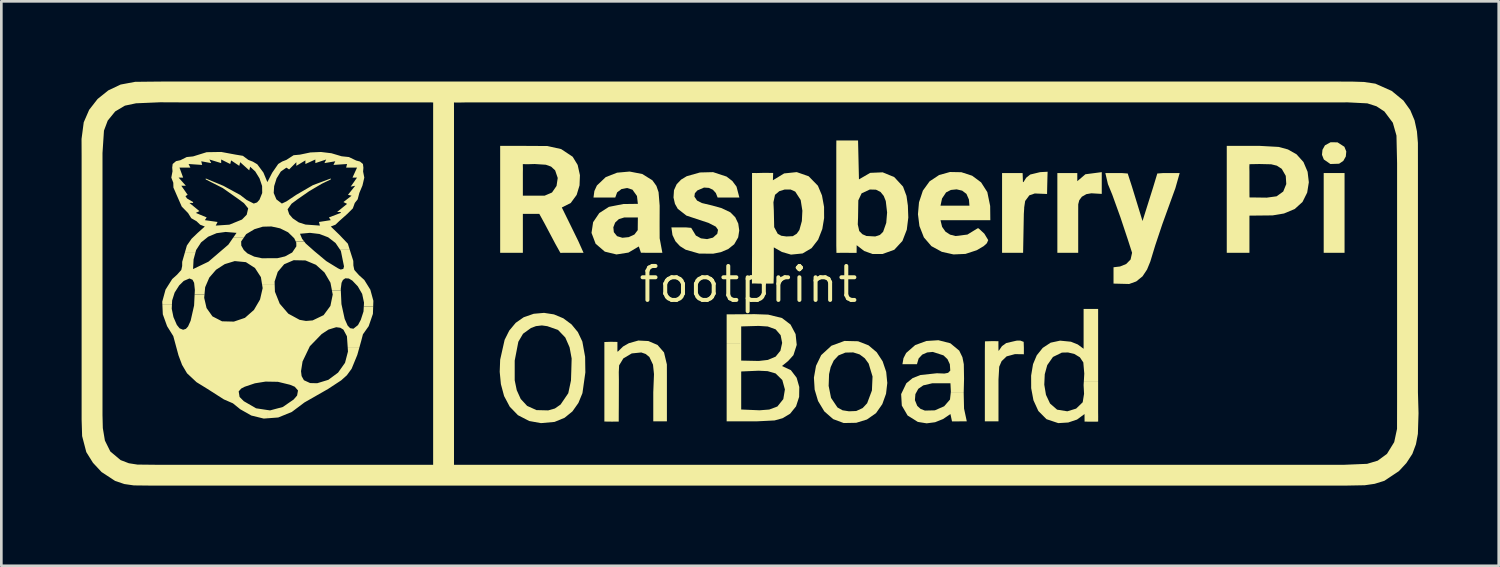
<source format=kicad_pcb>
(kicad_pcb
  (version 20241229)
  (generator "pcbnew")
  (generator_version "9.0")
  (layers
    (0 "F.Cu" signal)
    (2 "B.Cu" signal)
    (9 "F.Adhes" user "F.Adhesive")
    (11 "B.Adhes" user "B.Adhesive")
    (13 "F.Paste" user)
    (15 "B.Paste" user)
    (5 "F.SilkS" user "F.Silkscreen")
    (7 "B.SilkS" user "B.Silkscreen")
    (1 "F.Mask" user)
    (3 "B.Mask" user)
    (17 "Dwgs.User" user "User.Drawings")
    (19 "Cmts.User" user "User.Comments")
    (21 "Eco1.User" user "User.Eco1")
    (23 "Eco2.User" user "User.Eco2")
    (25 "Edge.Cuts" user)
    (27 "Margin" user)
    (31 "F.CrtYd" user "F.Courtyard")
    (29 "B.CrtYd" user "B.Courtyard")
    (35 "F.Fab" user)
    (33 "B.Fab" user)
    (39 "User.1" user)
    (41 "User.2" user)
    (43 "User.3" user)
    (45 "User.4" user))
  (footprint "footprint"
    (layer "F.Cu")
    (at 24.947 7.589)
    (property "Reference" "footprint" (at 0 0 0) (layer "F.SilkS") (effects (font (size 1.27 1.27) (thickness 0.15))))
    (fp_poly (pts (xy 22.297 -1.183) (xy 21.517 -1.183) (xy 21.517 -4.166) (xy 22.297 -4.166)) (stroke (width 0) (type solid)) (fill yes) (layer "F.SilkS"))
    (fp_poly (pts (xy 22.033 -5.315) (xy 22.291 -5.149) (xy 22.362 -4.973) (xy 22.344 -4.786) (xy 22.251 -4.621) (xy 22.093 -4.515) (xy 21.767 -4.504) (xy 21.522 -4.674) (xy 21.453 -4.849) (xy 21.471 -5.037) (xy 21.564 -5.203) (xy 21.775 -5.318)) (stroke (width 0) (type solid)) (fill yes) (layer "F.SilkS"))
    (fp_poly (pts (xy 13.215 -3.386) (xy 12.827 -3.409) (xy 12.639 -3.377) (xy 12.469 -3.279) (xy 12.373 -3.147) (xy 12.335 -2.998) (xy 12.334 -2.675) (xy 12.334 -1.183) (xy 11.554 -1.183) (xy 11.554 -4.166) (xy 12.3 -4.166) (xy 12.3 -3.862) (xy 12.604 -4.121) (xy 13.215 -4.2)) (stroke (width 0) (type solid)) (fill yes) (layer "F.SilkS"))
    (fp_poly (pts (xy 10.294 2.148) (xy 10.302 2.372) (xy 10.301 2.612) (xy 9.969 2.607) (xy 9.657 2.691) (xy 9.469 2.871) (xy 9.38 3.077) (xy 9.352 3.561) (xy 9.352 5.12) (xy 8.842 5.12) (xy 8.842 2.476) (xy 8.846 2.129) (xy 9.082 2.122) (xy 9.35 2.123) (xy 9.35 2.322) (xy 9.352 2.476) (xy 9.366 2.478) (xy 9.482 2.309) (xy 9.642 2.193) (xy 10.029 2.103) (xy 10.164 2.1)) (stroke (width 0) (type solid)) (fill yes) (layer "F.SilkS"))
    (fp_poly (pts (xy 11.185 -4.08) (xy 11.182 -3.962) (xy 11.175 -3.676) (xy 11.169 -3.383) (xy 10.71 -3.402) (xy 10.507 -3.333) (xy 10.35 -3.121) (xy 10.319 -2.917) (xy 10.319 -2.917) (xy 10.313 -2.875) (xy 10.313 -2.836) (xy 10.3 -2.635) (xy 10.273 -1.183) (xy 9.486 -1.183) (xy 9.486 -4.166) (xy 10.029 -4.166) (xy 10.255 -4.164) (xy 10.267 -3.827) (xy 10.286 -3.828) (xy 10.392 -3.994) (xy 10.541 -4.111) (xy 10.91 -4.2) (xy 11.19 -4.215)) (stroke (width 0) (type solid)) (fill yes) (layer "F.SilkS"))
    (fp_poly (pts (xy 14.186 -4.149) (xy 14.345 -3.658) (xy 14.74 -2.371) (xy 15.134 -3.624) (xy 15.293 -4.149) (xy 15.519 -4.166) (xy 16.13 -4.166) (xy 15.969 -3.6) (xy 15.768 -3.047) (xy 15.481 -2.254) (xy 15.214 -1.455) (xy 15.031 -0.854) (xy 14.909 -0.557) (xy 14.74 -0.302) (xy 14.504 -0.111) (xy 14.239 -0.016) (xy 13.655 -0.031) (xy 13.655 -0.642) (xy 13.9 -0.671) (xy 14.128 -0.764) (xy 14.293 -0.931) (xy 14.349 -1.184) (xy 14.197 -1.658) (xy 13.914 -2.509) (xy 13.61 -3.352) (xy 13.446 -3.752) (xy 13.349 -4.166) (xy 13.96 -4.166)) (stroke (width 0) (type solid)) (fill yes) (layer "F.SilkS"))
    (fp_poly (pts (xy -3.744 2.118) (xy -3.402 2.264) (xy -3.159 2.544) (xy -3.052 2.993) (xy -3.051 3.459) (xy -3.051 5.12) (xy -3.561 5.12) (xy -3.561 4.035) (xy -3.534 3.356) (xy -3.571 3.002) (xy -3.707 2.714) (xy -3.847 2.601) (xy -4.01 2.545) (xy -4.366 2.581) (xy -4.68 2.767) (xy -4.838 3.027) (xy -4.851 3.282) (xy -4.847 3.561) (xy -4.85 4.57) (xy -4.852 4.82) (xy -4.853 5.132) (xy -4.949 5.13) (xy -5.098 5.133) (xy -5.39 5.129) (xy -5.39 2.476) (xy -5.39 2.155) (xy -5.151 2.146) (xy -4.902 2.151) (xy -4.902 2.333) (xy -4.903 2.511) (xy -4.877 2.506) (xy -4.692 2.323) (xy -4.475 2.199) (xy -4.12 2.099)) (stroke (width 0) (type solid)) (fill yes) (layer "F.SilkS"))
    (fp_poly (pts (xy 19.836 -5.143) (xy 20.179 -5.049) (xy 20.501 -4.867) (xy 20.761 -4.577) (xy 20.915 -4.213) (xy 20.961 -3.822) (xy 20.899 -3.435) (xy 20.724 -3.085) (xy 20.433 -2.821) (xy 20.032 -2.653) (xy 19.606 -2.582) (xy 18.739 -2.573) (xy 18.739 -1.183) (xy 17.891 -1.183) (xy 17.891 -3.932) (xy 18.739 -3.932) (xy 18.739 -3.556) (xy 18.741 -3.254) (xy 18.873 -3.253) (xy 19.009 -3.251) (xy 19.386 -3.246) (xy 19.755 -3.296) (xy 20.003 -3.474) (xy 20.117 -3.754) (xy 20.098 -4.061) (xy 19.947 -4.324) (xy 19.765 -4.442) (xy 19.552 -4.494) (xy 19.111 -4.504) (xy 18.74 -4.497) (xy 18.735 -4.385) (xy 18.739 -4.234) (xy 18.739 -3.932) (xy 17.891 -3.932) (xy 17.891 -5.183) (xy 19.111 -5.183)) (stroke (width 0) (type solid)) (fill yes) (layer "F.SilkS"))
    (fp_poly (pts (xy -7.524 -5.177) (xy -7.008 -5.063) (xy -6.576 -4.776) (xy -6.389 -4.469) (xy -6.304 -4.086) (xy -6.319 -3.704) (xy -6.427 -3.348) (xy -6.649 -3.045) (xy -6.982 -2.878) (xy -6.649 -2.201) (xy -6.367 -1.624) (xy -6.169 -1.183) (xy -6.779 -1.183) (xy -7.036 -1.181) (xy -7.226 -1.522) (xy -7.621 -2.268) (xy -7.824 -2.639) (xy -8.439 -2.64) (xy -8.439 -1.183) (xy -9.288 -1.183) (xy -9.288 -4.003) (xy -8.439 -4.003) (xy -8.439 -3.319) (xy -7.627 -3.319) (xy -7.349 -3.438) (xy -7.179 -3.684) (xy -7.135 -3.982) (xy -7.232 -4.267) (xy -7.384 -4.407) (xy -7.579 -4.477) (xy -7.999 -4.504) (xy -8.23 -4.497) (xy -8.441 -4.499) (xy -8.437 -4.32) (xy -8.439 -4.166) (xy -8.439 -4.003) (xy -9.288 -4.003) (xy -9.288 -4.844) (xy -9.288 -5.167) (xy -9.287 -5.182) (xy -9.185 -5.182) (xy -9.084 -5.183) (xy -8.575 -5.183)) (stroke (width 0) (type solid)) (fill yes) (layer "F.SilkS"))
    (fp_poly (pts (xy 4.133 -3.929) (xy 4.553 -4.173) (xy 5.02 -4.193) (xy 5.454 -4.014) (xy 5.782 -3.658) (xy 5.911 -3.311) (xy 5.963 -2.946) (xy 5.97 -2.732) (xy 5.181 -2.732) (xy 5.136 -3.119) (xy 5.06 -3.31) (xy 4.94 -3.458) (xy 4.769 -3.544) (xy 4.539 -3.55) (xy 4.232 -3.407) (xy 4.109 -3.144) (xy 4.099 -2.505) (xy 4.089 -2.244) (xy 4.144 -1.997) (xy 4.263 -1.877) (xy 4.411 -1.812) (xy 4.742 -1.794) (xy 4.918 -1.852) (xy 5.037 -1.969) (xy 5.154 -2.302) (xy 5.186 -2.693) (xy 5.181 -2.732) (xy 5.97 -2.732) (xy 5.979 -2.503) (xy 5.922 -2.046) (xy 5.759 -1.626) (xy 5.454 -1.296) (xy 5.014 -1.138) (xy 4.641 -1.138) (xy 4.329 -1.25) (xy 4.047 -1.467) (xy 4.045 -1.18) (xy 3.489 -1.183) (xy 3.291 -1.179) (xy 3.285 -1.455) (xy 3.285 -5.115) (xy 3.287 -5.384) (xy 3.556 -5.386) (xy 4.099 -5.386)) (stroke (width 0) (type solid)) (fill yes) (layer "F.SilkS"))
    (fp_poly (pts (xy 7.965 -4.197) (xy 8.367 -4.066) (xy 8.701 -3.818) (xy 8.934 -3.454) (xy 9.041 -2.935) (xy 9.047 -2.403) (xy 7.762 -2.403) (xy 7.762 -2.946) (xy 8.266 -2.946) (xy 8.246 -3.176) (xy 8.154 -3.386) (xy 7.993 -3.508) (xy 7.786 -3.556) (xy 7.572 -3.534) (xy 7.392 -3.442) (xy 7.241 -3.215) (xy 7.183 -2.946) (xy 7.762 -2.946) (xy 7.762 -2.403) (xy 7.183 -2.403) (xy 7.243 -2.154) (xy 7.368 -1.975) (xy 7.542 -1.862) (xy 7.748 -1.81) (xy 8.19 -1.865) (xy 8.572 -2.099) (xy 8.606 -2.099) (xy 8.823 -1.898) (xy 8.968 -1.658) (xy 8.917 -1.54) (xy 8.797 -1.431) (xy 8.538 -1.279) (xy 8.117 -1.141) (xy 7.669 -1.122) (xy 7.233 -1.219) (xy 6.843 -1.432) (xy 6.562 -1.758) (xy 6.395 -2.184) (xy 6.34 -2.626) (xy 6.379 -3.071) (xy 6.524 -3.509) (xy 6.775 -3.856) (xy 7.131 -4.092) (xy 7.538 -4.205)) (stroke (width 0) (type solid)) (fill yes) (layer "F.SilkS"))
    (fp_poly (pts (xy 4.099 2.126) (xy 4.49 2.278) (xy 4.797 2.537) (xy 5.019 2.877) (xy 5.152 3.272) (xy 5.186 3.622) (xy 4.633 3.622) (xy 4.641 3.444) (xy 4.495 2.96) (xy 4.351 2.763) (xy 4.159 2.619) (xy 3.917 2.543) (xy 3.624 2.55) (xy 3.368 2.655) (xy 3.189 2.847) (xy 3.075 3.092) (xy 3.015 3.357) (xy 2.999 3.796) (xy 3.089 4.245) (xy 3.329 4.602) (xy 3.518 4.708) (xy 3.76 4.746) (xy 4.031 4.735) (xy 4.271 4.625) (xy 4.439 4.445) (xy 4.618 3.967) (xy 4.633 3.622) (xy 5.186 3.622) (xy 5.193 3.681) (xy 5.192 3.693) (xy 5.146 4.09) (xy 5.006 4.479) (xy 4.771 4.815) (xy 4.43 5.053) (xy 4.031 5.176) (xy 3.562 5.185) (xy 3.167 5.038) (xy 2.837 4.749) (xy 2.603 4.361) (xy 2.476 3.935) (xy 2.448 3.487) (xy 2.527 3.044) (xy 2.72 2.645) (xy 3.103 2.293) (xy 3.59 2.114)) (stroke (width 0) (type solid)) (fill yes) (layer "F.SilkS"))
    (fp_poly (pts (xy 13.079 3.623) (xy 12.545 3.623) (xy 12.561 3.335) (xy 12.525 2.917) (xy 12.395 2.725) (xy 12.191 2.602) (xy 11.954 2.545) (xy 11.724 2.55) (xy 11.39 2.713) (xy 11.176 3.019) (xy 11.083 3.359) (xy 11.065 3.75) (xy 11.128 4.129) (xy 11.281 4.455) (xy 11.545 4.685) (xy 11.927 4.746) (xy 12.257 4.645) (xy 12.502 4.408) (xy 12.553 4.093) (xy 12.536 3.764) (xy 12.545 3.624) (xy 13.079 3.624) (xy 13.079 4.781) (xy 13.081 4.934) (xy 13.08 5.132) (xy 12.825 5.135) (xy 12.572 5.131) (xy 12.57 4.849) (xy 12.29 5.055) (xy 11.961 5.165) (xy 11.588 5.188) (xy 11.148 5.041) (xy 10.843 4.734) (xy 10.66 4.334) (xy 10.575 3.881) (xy 10.573 3.41) (xy 10.644 2.984) (xy 10.783 2.653) (xy 11.007 2.374) (xy 11.303 2.179) (xy 11.656 2.103) (xy 12.062 2.143) (xy 12.316 2.245) (xy 12.536 2.407) (xy 12.536 0.917) (xy 13.079 0.917)) (stroke (width 0) (type solid)) (fill yes) (layer "F.SilkS"))
    (fp_poly (pts (xy -3.972 -4.13) (xy -3.594 -3.895) (xy -3.444 -3.687) (xy -3.363 -3.451) (xy -3.322 -2.946) (xy -3.324 -2.336) (xy -3.324 -2.167) (xy -4.141 -2.167) (xy -4.137 -2.505) (xy -4.644 -2.505) (xy -4.848 -2.443) (xy -4.987 -2.313) (xy -5.055 -2.137) (xy -5.036 -1.954) (xy -4.915 -1.805) (xy -4.716 -1.745) (xy -4.479 -1.769) (xy -4.266 -1.867) (xy -4.142 -2.031) (xy -4.141 -2.167) (xy -3.324 -2.167) (xy -3.322 -1.726) (xy -3.221 -1.183) (xy -3.797 -1.183) (xy -4.022 -1.186) (xy -4.102 -1.42) (xy -4.489 -1.191) (xy -4.938 -1.121) (xy -5.373 -1.226) (xy -5.718 -1.522) (xy -5.871 -1.928) (xy -5.811 -2.328) (xy -5.581 -2.669) (xy -5.221 -2.901) (xy -4.685 -3.007) (xy -4.137 -3.014) (xy -4.171 -3.308) (xy -4.34 -3.544) (xy -4.541 -3.607) (xy -4.749 -3.567) (xy -4.913 -3.443) (xy -4.983 -3.25) (xy -5.797 -3.25) (xy -5.764 -3.493) (xy -5.67 -3.7) (xy -5.34 -4.013) (xy -4.915 -4.18) (xy -4.445 -4.222)) (stroke (width 0) (type solid)) (fill yes) (layer "F.SilkS"))
    (fp_poly (pts (xy 0.739 1.13) (xy 1.252 1.256) (xy 1.573 1.5) (xy 1.763 1.858) (xy 1.805 2.262) (xy 1.682 2.646) (xy 1.483 2.866) (xy 1.253 3.052) (xy 1.586 3.207) (xy 1.802 3.491) (xy 1.901 3.838) (xy 1.895 4.207) (xy 1.78 4.561) (xy 1.557 4.837) (xy 1.275 5.005) (xy 0.976 5.088) (xy 0.337 5.12) (xy -0.816 5.12) (xy -0.816 3.975) (xy -0.272 3.975) (xy -0.272 4.679) (xy 0.417 4.708) (xy 0.778 4.68) (xy 1.082 4.566) (xy 1.303 4.29) (xy 1.363 3.929) (xy 1.266 3.577) (xy 1.015 3.33) (xy 0.718 3.244) (xy 0.378 3.228) (xy -0.272 3.256) (xy -0.272 3.975) (xy -0.816 3.975) (xy -0.816 2.21) (xy -0.272 2.21) (xy -0.272 2.849) (xy 0.385 2.863) (xy 0.724 2.824) (xy 1.015 2.702) (xy 1.195 2.48) (xy 1.26 2.188) (xy 1.203 1.898) (xy 1.015 1.68) (xy 0.722 1.574) (xy 0.382 1.552) (xy -0.272 1.571) (xy -0.272 2.21) (xy -0.816 2.208) (xy -0.816 1.12) (xy 0.235 1.112)) (stroke (width 0) (type solid)) (fill yes) (layer "F.SilkS"))
    (fp_poly (pts (xy -7.276 1.121) (xy -6.924 1.268) (xy -6.618 1.496) (xy -6.38 1.786) (xy -6.214 2.137) (xy -6.11 2.708) (xy -6.103 3.198) (xy -6.626 3.198) (xy -6.614 2.771) (xy -6.691 2.354) (xy -6.851 1.987) (xy -7.124 1.702) (xy -7.525 1.562) (xy -7.728 1.534) (xy -7.948 1.56) (xy -8.135 1.63) (xy -8.432 1.845) (xy -8.608 2.144) (xy -8.744 2.849) (xy -8.744 3.587) (xy -8.668 3.956) (xy -8.519 4.285) (xy -8.279 4.544) (xy -7.931 4.701) (xy -7.491 4.712) (xy -7.241 4.641) (xy -7.029 4.494) (xy -6.74 4.069) (xy -6.639 3.594) (xy -6.626 3.199) (xy -6.103 3.199) (xy -6.101 3.29) (xy -6.21 4.066) (xy -6.361 4.433) (xy -6.585 4.75) (xy -6.879 4.989) (xy -7.254 5.143) (xy -7.762 5.188) (xy -8.203 5.109) (xy -8.623 4.891) (xy -8.929 4.575) (xy -9.141 4.176) (xy -9.261 3.729) (xy -9.305 3.269) (xy -9.288 2.815) (xy -9.121 2.072) (xy -8.949 1.728) (xy -8.707 1.437) (xy -8.408 1.228) (xy -8.033 1.098) (xy -7.646 1.064)) (stroke (width 0) (type solid)) (fill yes) (layer "F.SilkS"))
    (fp_poly (pts (xy -0.819 -4.034) (xy -0.604 -3.869) (xy -0.447 -3.658) (xy -0.34 -3.25) (xy -1.154 -3.25) (xy -1.22 -3.419) (xy -1.331 -3.541) (xy -1.481 -3.611) (xy -1.662 -3.623) (xy -1.912 -3.515) (xy -2.005 -3.41) (xy -2.023 -3.285) (xy -1.922 -3.136) (xy -1.742 -3.044) (xy -1.357 -2.952) (xy -1.006 -2.854) (xy -0.679 -2.698) (xy -0.494 -2.512) (xy -0.382 -2.277) (xy -0.345 -2.018) (xy -0.385 -1.76) (xy -0.533 -1.502) (xy -0.761 -1.321) (xy -1.036 -1.206) (xy -1.323 -1.149) (xy -1.846 -1.154) (xy -2.349 -1.298) (xy -2.563 -1.433) (xy -2.732 -1.615) (xy -2.843 -1.847) (xy -2.883 -2.133) (xy -2.34 -2.133) (xy -2.142 -2.116) (xy -1.967 -1.828) (xy -1.776 -1.723) (xy -1.547 -1.695) (xy -1.328 -1.75) (xy -1.166 -1.896) (xy -1.139 -2.042) (xy -1.221 -2.16) (xy -1.493 -2.301) (xy -2.32 -2.574) (xy -2.644 -2.827) (xy -2.749 -3.013) (xy -2.804 -3.251) (xy -2.786 -3.524) (xy -2.687 -3.745) (xy -2.522 -3.919) (xy -2.309 -4.048) (xy -1.813 -4.188) (xy -1.323 -4.2)) (stroke (width 0) (type solid)) (fill yes) (layer "F.SilkS"))
    (fp_poly (pts (xy 2.251 -4.046) (xy 2.597 -3.692) (xy 2.75 -3.328) (xy 2.828 -2.899) (xy 2.828 -2.732) (xy 2.015 -2.732) (xy 2.017 -2.752) (xy 1.953 -3.158) (xy 1.749 -3.472) (xy 1.579 -3.549) (xy 1.354 -3.55) (xy 1.152 -3.487) (xy 0.993 -3.352) (xy 0.934 -3.073) (xy 0.948 -2.776) (xy 0.962 -2.141) (xy 1.095 -1.893) (xy 1.229 -1.82) (xy 1.422 -1.794) (xy 1.659 -1.805) (xy 1.807 -1.898) (xy 1.905 -2.037) (xy 1.997 -2.37) (xy 2.015 -2.732) (xy 2.828 -2.732) (xy 2.83 -2.482) (xy 2.762 -2.073) (xy 2.606 -1.674) (xy 2.361 -1.357) (xy 2.024 -1.158) (xy 1.591 -1.115) (xy 1.251 -1.214) (xy 0.948 -1.386) (xy 0.948 -0.438) (xy 0.945 -0.247) (xy 0.938 -0.034) (xy 0.844 -0.03) (xy 0.744 -0.031) (xy 0.396 -0.03) (xy 0.225 -0.036) (xy 0.13 -0.033) (xy 0.131 -0.606) (xy 0.133 -1.082) (xy 0.133 -3.861) (xy 0.134 -4.169) (xy 0.303 -4.166) (xy 0.606 -4.174) (xy 0.923 -4.169) (xy 0.919 -4.031) (xy 0.914 -3.896) (xy 1.334 -4.152) (xy 1.806 -4.201)) (stroke (width 0) (type solid)) (fill yes) (layer "F.SilkS"))
    (fp_poly (pts (xy 7.551 2.201) (xy 7.883 2.476) (xy 8.003 2.722) (xy 8.055 2.985) (xy 8.064 3.527) (xy 8.051 4.045) (xy 7.567 4.045) (xy 7.571 4.006) (xy 7.555 3.697) (xy 6.878 3.697) (xy 6.539 3.776) (xy 6.353 3.905) (xy 6.244 4.103) (xy 6.226 4.329) (xy 6.313 4.543) (xy 6.439 4.657) (xy 6.6 4.719) (xy 6.972 4.71) (xy 7.32 4.558) (xy 7.538 4.306) (xy 7.568 4.046) (xy 8.051 4.046) (xy 8.051 4.086) (xy 8.064 4.645) (xy 8.166 5.12) (xy 7.614 5.125) (xy 7.555 4.849) (xy 7.281 5.034) (xy 6.981 5.155) (xy 6.665 5.196) (xy 6.335 5.143) (xy 5.953 4.904) (xy 5.736 4.532) (xy 5.711 4.103) (xy 5.906 3.696) (xy 6.144 3.502) (xy 6.433 3.389) (xy 7.047 3.323) (xy 7.33 3.334) (xy 7.468 3.307) (xy 7.549 3.222) (xy 7.532 2.985) (xy 7.444 2.796) (xy 7.295 2.654) (xy 6.896 2.525) (xy 6.686 2.544) (xy 6.501 2.625) (xy 6.365 2.771) (xy 6.302 2.985) (xy 5.759 2.985) (xy 5.798 2.76) (xy 5.898 2.565) (xy 6.235 2.27) (xy 6.652 2.116) (xy 7.104 2.087)) (stroke (width 0) (type solid)) (fill yes) (layer "F.SilkS"))
    (fp_poly (pts (xy -18.976 -1.61) (xy -18.972 -1.453) (xy -18.877 -1.286) (xy -18.742 -1.161) (xy -18.488 -1.04) (xy -18.2 -0.979) (xy -17.624 -0.981) (xy -17.335 -1.048) (xy -17.067 -1.194) (xy -16.912 -1.424) (xy -16.915 -1.566) (xy -16.932 -1.602) (xy -16.615 -1.602) (xy -16.56 -1.53) (xy -16.234 -1.241) (xy -15.793 -0.873) (xy -15.353 -0.602) (xy -15.254 -0.556) (xy -15.156 -0.58) (xy -15.129 -0.674) (xy -15.15 -0.777) (xy -15.246 -1.251) (xy -15.29 -1.32) (xy -14.922 -1.32) (xy -14.782 -0.879) (xy -14.778 -0.706) (xy -14.743 -0.54) (xy -14.568 -0.345) (xy -14.37 -0.167) (xy -14.144 0.197) (xy -14.031 0.612) (xy -14.038 0.826) (xy -14.388 0.826) (xy -14.381 0.68) (xy -14.45 0.355) (xy -14.614 0.071) (xy -14.818 -0.143) (xy -14.948 -0.221) (xy -15.082 -0.229) (xy -15.17 -0.166) (xy -15.221 -0.06) (xy -15.251 0.172) (xy -15.248 0.233) (xy -15.579 0.233) (xy -15.636 -0.065) (xy -15.859 -0.446) (xy -16.178 -0.733) (xy -16.57 -0.897) (xy -17.013 -0.906) (xy -17.368 -0.754) (xy -17.608 -0.469) (xy -17.725 -0.109) (xy -17.722 0.02) (xy -18.191 0.02) (xy -18.238 -0.273) (xy -18.46 -0.615) (xy -18.799 -0.833) (xy -19.216 -0.873) (xy -19.59 -0.759) (xy -19.916 -0.548) (xy -20.168 -0.256) (xy -20.323 0.104) (xy -20.348 0.377) (xy -20.717 0.379) (xy -20.708 0.206) (xy -20.736 -0.06) (xy -20.796 -0.175) (xy -20.911 -0.223) (xy -21.124 -0.131) (xy -21.294 0.037) (xy -21.465 0.306) (xy -21.558 0.601) (xy -21.565 0.736) (xy -21.924 0.736) (xy -21.928 0.646) (xy -21.805 0.194) (xy -21.555 -0.201) (xy -21.375 -0.363) (xy -21.216 -0.54) (xy -21.183 -0.689) (xy -21.182 -0.845) (xy -21.086 -1.179) (xy -20.69 -1.179) (xy -20.756 -0.935) (xy -20.775 -0.574) (xy -20.199 -0.851) (xy -19.454 -1.489) (xy -19.279 -1.743) (xy -18.882 -1.743)) (stroke (width 0) (type solid)) (fill yes) (layer "F.SilkS"))
    (fp_poly (pts (xy 22.571 -7.587) (xy 23.019 -7.573) (xy 23.449 -7.51) (xy 24.059 -7.239) (xy 24.5 -6.877) (xy 24.755 -6.52) (xy 24.916 -6.137) (xy 25.005 -5.723) (xy 25.041 -5.293) (xy 25.042 -4.437) (xy 25.042 4.035) (xy 25.064 4.814) (xy 25.04 5.592) (xy 24.968 5.978) (xy 24.833 6.34) (xy 24.609 6.683) (xy 24.33 6.984) (xy 23.788 7.345) (xy 23.422 7.459) (xy 23.053 7.512) (xy 22.297 7.526) (xy -10.735 7.526) (xy -10.735 6.746) (xy 22.297 6.746) (xy 23.141 6.711) (xy 23.536 6.593) (xy 23.883 6.339) (xy 24.154 5.899) (xy 24.26 5.403) (xy 24.262 4.374) (xy 24.262 -4.539) (xy 24.239 -5.568) (xy 24.103 -6.047) (xy 23.787 -6.47) (xy 23.49 -6.664) (xy 23.148 -6.773) (xy 22.415 -6.81) (xy 21.72 -6.809) (xy -10.541 -6.809) (xy -10.783 -6.804) (xy -11.016 -6.805) (xy -11.015 -6.504) (xy -11.015 6.746) (xy -10.735 6.746) (xy -10.735 7.526) (xy -12.006 7.526) (xy -12.006 6.746) (xy -11.795 6.746) (xy -11.795 -6.504) (xy -11.794 -6.805) (xy -11.898 -6.81) (xy -11.998 -6.809) (xy -21.114 -6.809) (xy -22.013 -6.813) (xy -22.91 -6.775) (xy -23.324 -6.687) (xy -23.689 -6.47) (xy -23.968 -6.127) (xy -24.108 -5.753) (xy -24.163 -4.911) (xy -24.163 4.882) (xy -24.151 5.374) (xy -24.073 5.84) (xy -23.871 6.248) (xy -23.486 6.571) (xy -23.178 6.689) (xy -22.856 6.739) (xy -22.198 6.746) (xy -12.006 6.746) (xy -12.006 7.526) (xy -22.266 7.526) (xy -22.99 7.518) (xy -23.346 7.467) (xy -23.69 7.351) (xy -24.198 7.018) (xy -24.52 6.672) (xy -24.769 6.272) (xy -24.925 5.673) (xy -24.944 5.052) (xy -24.944 -4.81) (xy -24.947 -5.44) (xy -24.865 -6.064) (xy -24.662 -6.531) (xy -24.347 -6.936) (xy -23.946 -7.258) (xy -23.486 -7.476) (xy -22.944 -7.578) (xy -22.405 -7.584) (xy -21.86 -7.589) (xy 21.687 -7.589)) (stroke (width 0) (type solid)) (fill yes) (layer "F.SilkS"))
    (fp_poly (pts (xy -17.713 0.273) (xy -17.534 0.721) (xy -17.213 1.094) (xy -16.789 1.325) (xy -16.551 1.366) (xy -16.302 1.346) (xy -15.892 1.149) (xy -15.638 0.804) (xy -15.551 0.379) (xy -15.58 0.234) (xy -15.248 0.234) (xy -15.225 0.737) (xy -15.104 1.29) (xy -14.993 1.54) (xy -14.9 1.637) (xy -14.777 1.657) (xy -14.606 1.521) (xy -14.501 1.324) (xy -14.4 1.013) (xy -14.389 0.827) (xy -14.038 0.827) (xy -14.048 1.102) (xy -14.206 1.562) (xy -14.421 1.866) (xy -14.483 2.104) (xy -14.552 2.351) (xy -14.991 2.351) (xy -15.02 1.938) (xy -15.153 1.691) (xy -15.267 1.621) (xy -15.421 1.601) (xy -15.709 1.689) (xy -15.963 1.855) (xy -16.406 2.311) (xy -16.68 2.883) (xy -16.737 3.245) (xy -16.715 3.428) (xy -16.629 3.583) (xy -16.396 3.69) (xy -16.133 3.696) (xy -15.716 3.569) (xy -15.352 3.3) (xy -15.091 2.932) (xy -14.981 2.51) (xy -14.991 2.352) (xy -14.552 2.352) (xy -14.633 2.64) (xy -14.844 3.154) (xy -15.023 3.399) (xy -15.234 3.588) (xy -15.726 3.911) (xy -16.607 4.414) (xy -17.081 4.77) (xy -17.587 4.977) (xy -17.997 5.008) (xy -17.998 4.697) (xy -17.895 4.712) (xy -17.419 4.585) (xy -17.014 4.306) (xy -16.884 4.156) (xy -16.85 3.967) (xy -16.972 3.827) (xy -17.149 3.753) (xy -17.601 3.643) (xy -18.064 3.635) (xy -18.462 3.699) (xy -18.843 3.827) (xy -18.973 3.894) (xy -19.069 4.001) (xy -19.035 4.21) (xy -18.877 4.368) (xy -18.418 4.634) (xy -17.998 4.698) (xy -17.998 5.008) (xy -18.132 5.018) (xy -18.597 4.904) (xy -19.013 4.668) (xy -19.284 4.448) (xy -19.623 4.301) (xy -20.233 3.911) (xy -20.645 3.657) (xy -21.001 3.324) (xy -21.188 3.007) (xy -21.231 2.889) (xy -21.232 2.889) (xy -21.32 2.654) (xy -21.515 1.934) (xy -21.747 1.562) (xy -21.907 1.118) (xy -21.924 0.738) (xy -21.565 0.738) (xy -21.573 0.91) (xy -21.509 1.222) (xy -21.382 1.514) (xy -21.279 1.643) (xy -21.148 1.696) (xy -21.042 1.661) (xy -20.963 1.573) (xy -20.866 1.358) (xy -20.737 0.789) (xy -20.717 0.38) (xy -20.348 0.379) (xy -20.359 0.501) (xy -20.271 0.883) (xy -20.05 1.195) (xy -19.691 1.38) (xy -19.25 1.391) (xy -18.834 1.25) (xy -18.498 0.954) (xy -18.27 0.564) (xy -18.172 0.138) (xy -18.191 0.02) (xy -17.722 0.02)) (stroke (width 0) (type solid)) (fill yes) (layer "F.SilkS"))
    (fp_poly (pts (xy -19.182 -4.855) (xy -18.911 -4.81) (xy -18.708 -4.658) (xy -18.537 -4.591) (xy -18.374 -4.494) (xy -18.144 -4.184) (xy -17.996 -3.828) (xy -17.816 -4.177) (xy -17.59 -4.505) (xy -17.443 -4.597) (xy -17.285 -4.658) (xy -17.014 -4.833) (xy -16.776 -4.855) (xy -16.385 -4.937) (xy -15.992 -4.954) (xy -15.601 -4.907) (xy -15.217 -4.793) (xy -14.946 -4.765) (xy -14.675 -4.635) (xy -14.532 -4.597) (xy -14.421 -4.505) (xy -14.404 -4.364) (xy -14.415 -4.222) (xy -14.37 -3.996) (xy -14.401 -3.862) (xy -14.737 -3.862) (xy -14.642 -3.996) (xy -14.812 -3.996) (xy -14.642 -4.369) (xy -15.049 -4.369) (xy -15.015 -4.504) (xy -15.523 -4.47) (xy -15.456 -4.606) (xy -15.862 -4.538) (xy -15.795 -4.673) (xy -16.201 -4.538) (xy -16.201 -4.673) (xy -16.574 -4.504) (xy -16.574 -4.639) (xy -16.912 -4.436) (xy -16.912 -4.571) (xy -17.183 -4.301) (xy -17.285 -4.369) (xy -17.494 -4.222) (xy -17.651 -3.966) (xy -17.742 -3.677) (xy -17.759 -3.42) (xy -17.658 -3.181) (xy -17.454 -3.025) (xy -17.285 -3.104) (xy -16.912 -3.353) (xy -16.293 -3.713) (xy -15.624 -3.963) (xy -15.624 -3.928) (xy -15.963 -3.764) (xy -16.431 -3.488) (xy -16.878 -3.177) (xy -17.092 -3.018) (xy -17.239 -2.81) (xy -17.178 -2.624) (xy -17.047 -2.472) (xy -16.822 -2.32) (xy -16.568 -2.239) (xy -16.031 -2.201) (xy -16.065 -2.336) (xy -15.625 -2.404) (xy -15.693 -2.506) (xy -15.252 -2.675) (xy -15.252 -2.708) (xy -15.388 -2.708) (xy -15.015 -3.013) (xy -15.151 -3.081) (xy -14.846 -3.318) (xy -14.981 -3.352) (xy -14.71 -3.691) (xy -14.88 -3.657) (xy -14.736 -3.861) (xy -14.401 -3.861) (xy -14.439 -3.699) (xy -14.556 -3.42) (xy -14.618 -3.183) (xy -14.726 -3.047) (xy -14.799 -2.844) (xy -15.003 -2.64) (xy -15.313 -2.364) (xy -15.45 -2.233) (xy -15.623 -2.166) (xy -15.303 -1.857) (xy -14.985 -1.523) (xy -14.922 -1.32) (xy -15.291 -1.32) (xy -15.446 -1.55) (xy -15.721 -1.762) (xy -16.049 -1.887) (xy -16.404 -1.929) (xy -16.776 -1.895) (xy -16.696 -1.705) (xy -16.616 -1.603) (xy -16.932 -1.603) (xy -16.991 -1.726) (xy -17.221 -1.95) (xy -17.519 -2.097) (xy -17.846 -2.168) (xy -18.166 -2.16) (xy -18.478 -2.066) (xy -18.788 -1.881) (xy -18.883 -1.744) (xy -19.278 -1.744) (xy -19.149 -1.929) (xy -19.555 -1.963) (xy -19.894 -1.917) (xy -20.209 -1.785) (xy -20.475 -1.572) (xy -20.662 -1.285) (xy -20.69 -1.179) (xy -21.086 -1.179) (xy -21.007 -1.455) (xy -20.83 -1.709) (xy -20.606 -1.924) (xy -20.336 -2.166) (xy -20.509 -2.233) (xy -20.646 -2.364) (xy -20.843 -2.477) (xy -20.962 -2.669) (xy -21.199 -2.912) (xy -21.43 -3.438) (xy -21.039 -3.438) (xy -20.978 -3.352) (xy -21.06 -3.302) (xy -21.002 -3.216) (xy -20.775 -3.082) (xy -20.775 -3.047) (xy -20.909 -3.047) (xy -20.537 -2.742) (xy -20.672 -2.675) (xy -20.266 -2.506) (xy -20.334 -2.404) (xy -19.859 -2.336) (xy -19.927 -2.201) (xy -19.416 -2.235) (xy -18.945 -2.427) (xy -18.769 -2.607) (xy -18.714 -2.844) (xy -18.871 -3.039) (xy -19.081 -3.194) (xy -19.665 -3.605) (xy -20.301 -3.928) (xy -20.301 -3.963) (xy -19.641 -3.688) (xy -19.013 -3.347) (xy -18.768 -3.158) (xy -18.505 -3.025) (xy -18.382 -3.067) (xy -18.29 -3.17) (xy -18.189 -3.42) (xy -18.193 -3.682) (xy -18.29 -3.968) (xy -18.449 -4.226) (xy -18.64 -4.402) (xy -18.674 -4.267) (xy -19.013 -4.572) (xy -19.047 -4.436) (xy -19.352 -4.639) (xy -19.385 -4.504) (xy -19.724 -4.673) (xy -19.724 -4.538) (xy -20.164 -4.673) (xy -20.096 -4.538) (xy -20.469 -4.606) (xy -20.436 -4.47) (xy -20.944 -4.504) (xy -20.876 -4.369) (xy -21.283 -4.369) (xy -21.147 -3.996) (xy -21.316 -3.996) (xy -21.045 -3.691) (xy -21.215 -3.691) (xy -21.038 -3.438) (xy -21.429 -3.438) (xy -21.51 -3.623) (xy -21.515 -3.804) (xy -21.589 -3.996) (xy -21.544 -4.234) (xy -21.555 -4.37) (xy -21.538 -4.505) (xy -21.412 -4.611) (xy -21.25 -4.646) (xy -21.012 -4.765) (xy -20.775 -4.788) (xy -20.267 -4.946) (xy -19.72 -4.955)) (stroke (width 0) (type solid)) (fill yes) (layer "F.SilkS")))
  (gr_rect
    (start -3 -3)
    (end 53.011 18.115)
    (stroke (width 0.1) (type default))
    (fill no)
    (layer "Edge.Cuts")))
</source>
